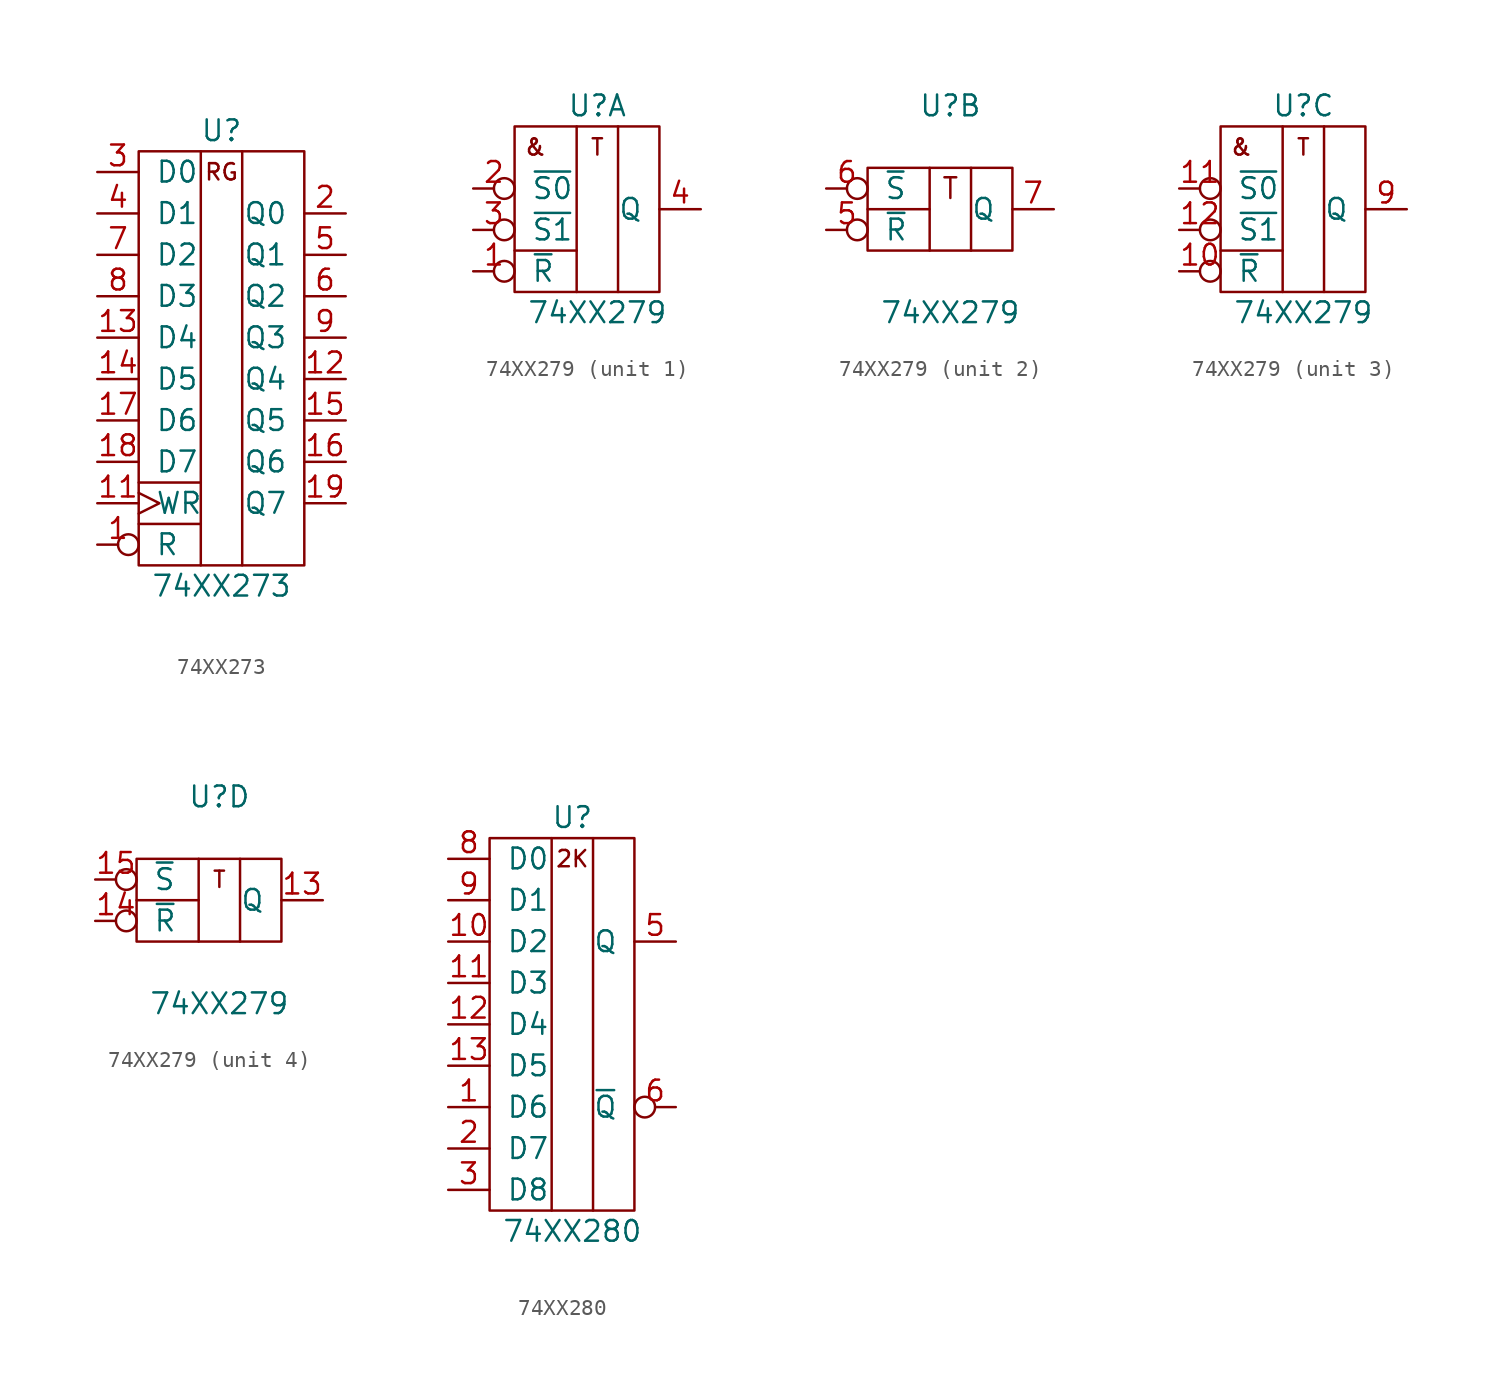
<source format=kicad_sym>
(kicad_symbol_lib
  (version 20211014)
  (generator kicad_symbol_editor)
  (symbol "74XX273"
    (pin_names
      (offset 1.016))
    (property "Reference" "U"
      (at 0 13.97 0)
      (effects (font (size 1.27 1.27))))
    (property "Value" "74XX273"
      (at 0 -13.97 0)
      (effects (font (size 1.27 1.27))))
    (symbol "74XX273_0_0"
      (rectangle (start -5.08 -12.7) (end 5.08 12.7) (stroke (width 0) (type default) (color 0 0 0 0)) (fill (type none)))
      (polyline (pts (xy -5.08 -7.62) (xy -1.27 -7.62)) (stroke (width 0) (type default) (color 0 0 0 0)) (fill (type none)))
      (polyline (pts (xy -1.27 -10.16) (xy -5.08 -10.16)) (stroke (width 0) (type default) (color 0 0 0 0)) (fill (type none)))
      (polyline (pts (xy -1.27 12.7) (xy -1.27 -12.7)) (stroke (width 0) (type default) (color 0 0 0 0)) (fill (type none)))
      (polyline (pts (xy 1.27 -12.7) (xy 1.27 12.7)) (stroke (width 0) (type default) (color 0 0 0 0)) (fill (type none)))
      (text "RG" (at 0 11.43 0) (effects (font (size 1 1)))))
    (symbol "74XX273_0_1"
      (pin power_in line (at 5.08 -12.7 180) (length 0) hide (name "GND" (effects (font (size 1.27 1.27)))) (number "10" (effects (font (size 1.27 1.27)))))
      (pin power_in line (at 5.08 12.7 180) (length 0) hide (name "VCC" (effects (font (size 1.27 1.27)))) (number "20" (effects (font (size 1.27 1.27))))))
    (symbol "74XX273_1_1"
      (pin input inverted (at -7.62 -11.43 0) (length 2.54) (name "R" (effects (font (size 1.27 1.27)))) (number "1" (effects (font (size 1.27 1.27)))))
      (pin input clock (at -7.62 -8.89 0) (length 2.54) (name "WR" (effects (font (size 1.27 1.27)))) (number "11" (effects (font (size 1.27 1.27)))))
      (pin output line (at 7.62 -1.27 180) (length 2.54) (name "Q4" (effects (font (size 1.27 1.27)))) (number "12" (effects (font (size 1.27 1.27)))))
      (pin input line (at -7.62 1.27 0) (length 2.54) (name "D4" (effects (font (size 1.27 1.27)))) (number "13" (effects (font (size 1.27 1.27)))))
      (pin input line (at -7.62 -1.27 0) (length 2.54) (name "D5" (effects (font (size 1.27 1.27)))) (number "14" (effects (font (size 1.27 1.27)))))
      (pin output line (at 7.62 -3.81 180) (length 2.54) (name "Q5" (effects (font (size 1.27 1.27)))) (number "15" (effects (font (size 1.27 1.27)))))
      (pin output line (at 7.62 -6.35 180) (length 2.54) (name "Q6" (effects (font (size 1.27 1.27)))) (number "16" (effects (font (size 1.27 1.27)))))
      (pin input line (at -7.62 -3.81 0) (length 2.54) (name "D6" (effects (font (size 1.27 1.27)))) (number "17" (effects (font (size 1.27 1.27)))))
      (pin input line (at -7.62 -6.35 0) (length 2.54) (name "D7" (effects (font (size 1.27 1.27)))) (number "18" (effects (font (size 1.27 1.27)))))
      (pin output line (at 7.62 -8.89 180) (length 2.54) (name "Q7" (effects (font (size 1.27 1.27)))) (number "19" (effects (font (size 1.27 1.27)))))
      (pin output line (at 7.62 8.89 180) (length 2.54) (name "Q0" (effects (font (size 1.27 1.27)))) (number "2" (effects (font (size 1.27 1.27)))))
      (pin input line (at -7.62 11.43 0) (length 2.54) (name "D0" (effects (font (size 1.27 1.27)))) (number "3" (effects (font (size 1.27 1.27)))))
      (pin input line (at -7.62 8.89 0) (length 2.54) (name "D1" (effects (font (size 1.27 1.27)))) (number "4" (effects (font (size 1.27 1.27)))))
      (pin output line (at 7.62 6.35 180) (length 2.54) (name "Q1" (effects (font (size 1.27 1.27)))) (number "5" (effects (font (size 1.27 1.27)))))
      (pin output line (at 7.62 3.81 180) (length 2.54) (name "Q2" (effects (font (size 1.27 1.27)))) (number "6" (effects (font (size 1.27 1.27)))))
      (pin input line (at -7.62 6.35 0) (length 2.54) (name "D2" (effects (font (size 1.27 1.27)))) (number "7" (effects (font (size 1.27 1.27)))))
      (pin input line (at -7.62 3.81 0) (length 2.54) (name "D3" (effects (font (size 1.27 1.27)))) (number "8" (effects (font (size 1.27 1.27)))))
      (pin output line (at 7.62 1.27 180) (length 2.54) (name "Q3" (effects (font (size 1.27 1.27)))) (number "9" (effects (font (size 1.27 1.27)))))))
  (symbol "74XX279"
    (pin_names
      (offset 1.016))
    (property "Reference" "U"
      (at 0 6.35 0)
      (effects (font (size 1.27 1.27))))
    (property "Value" "74XX279"
      (at 0 -6.35 0)
      (effects (font (size 1.27 1.27))))
    (property "ki_locked" ""
      (at 0 0 0)
      (effects (font (size 1.27 1.27))))
    (symbol "74XX279_0_1"
      (pin power_in line (at 3.81 5.08 180) (length 0) hide (name "VCC" (effects (font (size 1.27 1.27)))) (number "16" (effects (font (size 1.27 1.27)))))
      (pin power_in line (at 3.81 -5.08 180) (length 0) hide (name "GND" (effects (font (size 1.27 1.27)))) (number "8" (effects (font (size 1.27 1.27))))))
    (symbol "74XX279_1_0"
      (polyline (pts (xy -1.27 5.08) (xy -1.27 -5.08)) (stroke (width 0) (type default) (color 0 0 0 0)) (fill (type none))))
    (symbol "74XX279_1_1"
      (rectangle (start -5.08 -5.08) (end 3.81 5.08) (stroke (width 0) (type default) (color 0 0 0 0)) (fill (type none)))
      (polyline (pts (xy -5.08 -2.54) (xy -1.27 -2.54)) (stroke (width 0) (type default) (color 0 0 0 0)) (fill (type none)))
      (polyline (pts (xy 1.27 -5.08) (xy 1.27 5.08)) (stroke (width 0) (type default) (color 0 0 0 0)) (fill (type none)))
      (text "&" (at -3.81 3.81 0) (effects (font (size 1 1))))
      (text "T" (at 0 3.81 0) (effects (font (size 1 1))))
      (pin input inverted (at -7.62 -3.81 0) (length 2.54) (name "~{R}" (effects (font (size 1.27 1.27)))) (number "1" (effects (font (size 1.27 1.27)))))
      (pin input inverted (at -7.62 1.27 0) (length 2.54) (name "~{S0}" (effects (font (size 1.27 1.27)))) (number "2" (effects (font (size 1.27 1.27)))))
      (pin input inverted (at -7.62 -1.27 0) (length 2.54) (name "~{S1}" (effects (font (size 1.27 1.27)))) (number "3" (effects (font (size 1.27 1.27)))))
      (pin output line (at 6.35 0 180) (length 2.54) (name "Q" (effects (font (size 1.27 1.27)))) (number "4" (effects (font (size 1.27 1.27))))))
    (symbol "74XX279_2_0"
      (polyline (pts (xy 1.27 -2.54) (xy 1.27 2.54)) (stroke (width 0) (type default) (color 0 0 0 0)) (fill (type none))))
    (symbol "74XX279_2_1"
      (rectangle (start -5.08 -2.54) (end 3.81 2.54) (stroke (width 0) (type default) (color 0 0 0 0)) (fill (type none)))
      (polyline (pts (xy -5.08 0) (xy -1.27 0)) (stroke (width 0) (type default) (color 0 0 0 0)) (fill (type none)))
      (polyline (pts (xy -1.27 2.54) (xy -1.27 -2.54)) (stroke (width 0) (type default) (color 0 0 0 0)) (fill (type none)))
      (text "T" (at 0 1.27 0) (effects (font (size 1.27 1.27))))
      (pin input inverted (at -7.62 -1.27 0) (length 2.54) (name "~{R}" (effects (font (size 1.27 1.27)))) (number "5" (effects (font (size 1.27 1.27)))))
      (pin input inverted (at -7.62 1.27 0) (length 2.54) (name "~{S}" (effects (font (size 1.27 1.27)))) (number "6" (effects (font (size 1.27 1.27)))))
      (pin output line (at 6.35 0 180) (length 2.54) (name "Q" (effects (font (size 1.27 1.27)))) (number "7" (effects (font (size 1.27 1.27))))))
    (symbol "74XX279_3_0"
      (polyline (pts (xy -1.27 5.08) (xy -1.27 -5.08)) (stroke (width 0) (type default) (color 0 0 0 0)) (fill (type none))))
    (symbol "74XX279_3_1"
      (rectangle (start -5.08 -5.08) (end 3.81 5.08) (stroke (width 0) (type default) (color 0 0 0 0)) (fill (type none)))
      (polyline (pts (xy -5.08 -2.54) (xy -1.27 -2.54)) (stroke (width 0) (type default) (color 0 0 0 0)) (fill (type none)))
      (polyline (pts (xy 1.27 -5.08) (xy 1.27 5.08)) (stroke (width 0) (type default) (color 0 0 0 0)) (fill (type none)))
      (text "&" (at -3.81 3.81 0) (effects (font (size 1 1))))
      (text "T" (at 0 3.81 0) (effects (font (size 1 1))))
      (pin input inverted (at -7.62 -3.81 0) (length 2.54) (name "~{R}" (effects (font (size 1.27 1.27)))) (number "10" (effects (font (size 1.27 1.27)))))
      (pin input inverted (at -7.62 1.27 0) (length 2.54) (name "~{S0}" (effects (font (size 1.27 1.27)))) (number "11" (effects (font (size 1.27 1.27)))))
      (pin input inverted (at -7.62 -1.27 0) (length 2.54) (name "~{S1}" (effects (font (size 1.27 1.27)))) (number "12" (effects (font (size 1.27 1.27)))))
      (pin output line (at 6.35 0 180) (length 2.54) (name "Q" (effects (font (size 1.27 1.27)))) (number "9" (effects (font (size 1.27 1.27))))))
    (symbol "74XX279_4_0"
      (polyline (pts (xy 1.27 -2.54) (xy 1.27 2.54)) (stroke (width 0) (type default) (color 0 0 0 0)) (fill (type none))))
    (symbol "74XX279_4_1"
      (rectangle (start -5.08 -2.54) (end 3.81 2.54) (stroke (width 0) (type default) (color 0 0 0 0)) (fill (type none)))
      (polyline (pts (xy -5.08 0) (xy -1.27 0)) (stroke (width 0) (type default) (color 0 0 0 0)) (fill (type none)))
      (polyline (pts (xy -1.27 2.54) (xy -1.27 -2.54)) (stroke (width 0) (type default) (color 0 0 0 0)) (fill (type none)))
      (text "T" (at 0 1.27 0) (effects (font (size 1 1))))
      (pin output line (at 6.35 0 180) (length 2.54) (name "Q" (effects (font (size 1.27 1.27)))) (number "13" (effects (font (size 1.27 1.27)))))
      (pin input inverted (at -7.62 -1.27 0) (length 2.54) (name "~{R}" (effects (font (size 1.27 1.27)))) (number "14" (effects (font (size 1.27 1.27)))))
      (pin input inverted (at -7.62 1.27 0) (length 2.54) (name "~{S}" (effects (font (size 1.27 1.27)))) (number "15" (effects (font (size 1.27 1.27)))))))
  (symbol "74XX280"
    (pin_names
      (offset 1.016))
    (property "Reference" "U"
      (at 0 12.7 0)
      (effects (font (size 1.27 1.27))))
    (property "Value" "74XX280"
      (at 0 -12.7 0)
      (effects (font (size 1.27 1.27))))
    (symbol "74XX280_0_0"
      (rectangle (start -5.08 -11.43) (end 3.81 11.43) (stroke (width 0) (type default) (color 0 0 0 0)) (fill (type none)))
      (polyline (pts (xy -1.27 11.43) (xy -1.27 -11.43)) (stroke (width 0) (type default) (color 0 0 0 0)) (fill (type none)))
      (polyline (pts (xy 1.27 -11.43) (xy 1.27 11.43)) (stroke (width 0) (type default) (color 0 0 0 0)) (fill (type none)))
      (text "2K" (at 0 10.16 0) (effects (font (size 1 1)))))
    (symbol "74XX280_0_1"
      (pin power_in line (at 3.81 11.43 180) (length 0) hide (name "VCC" (effects (font (size 1.27 1.27)))) (number "14" (effects (font (size 1.27 1.27)))))
      (pin power_in line (at 3.81 -11.43 180) (length 0) hide (name "GND" (effects (font (size 1.27 1.27)))) (number "7" (effects (font (size 1.27 1.27))))))
    (symbol "74XX280_1_1"
      (pin input line (at -7.62 -5.08 0) (length 2.54) (name "D6" (effects (font (size 1.27 1.27)))) (number "1" (effects (font (size 1.27 1.27)))))
      (pin input line (at -7.62 5.08 0) (length 2.54) (name "D2" (effects (font (size 1.27 1.27)))) (number "10" (effects (font (size 1.27 1.27)))))
      (pin input line (at -7.62 2.54 0) (length 2.54) (name "D3" (effects (font (size 1.27 1.27)))) (number "11" (effects (font (size 1.27 1.27)))))
      (pin input line (at -7.62 0 0) (length 2.54) (name "D4" (effects (font (size 1.27 1.27)))) (number "12" (effects (font (size 1.27 1.27)))))
      (pin input line (at -7.62 -2.54 0) (length 2.54) (name "D5" (effects (font (size 1.27 1.27)))) (number "13" (effects (font (size 1.27 1.27)))))
      (pin input line (at -7.62 -7.62 0) (length 2.54) (name "D7" (effects (font (size 1.27 1.27)))) (number "2" (effects (font (size 1.27 1.27)))))
      (pin input line (at -7.62 -10.16 0) (length 2.54) (name "D8" (effects (font (size 1.27 1.27)))) (number "3" (effects (font (size 1.27 1.27)))))
      (pin output line (at 6.35 5.08 180) (length 2.54) (name "Q" (effects (font (size 1.27 1.27)))) (number "5" (effects (font (size 1.27 1.27)))))
      (pin output inverted (at 6.35 -5.08 180) (length 2.54) (name "~{Q}" (effects (font (size 1.27 1.27)))) (number "6" (effects (font (size 1.27 1.27)))))
      (pin input line (at -7.62 10.16 0) (length 2.54) (name "D0" (effects (font (size 1.27 1.27)))) (number "8" (effects (font (size 1.27 1.27)))))
      (pin input line (at -7.62 7.62 0) (length 2.54) (name "D1" (effects (font (size 1.27 1.27)))) (number "9" (effects (font (size 1.27 1.27))))))))
</source>
